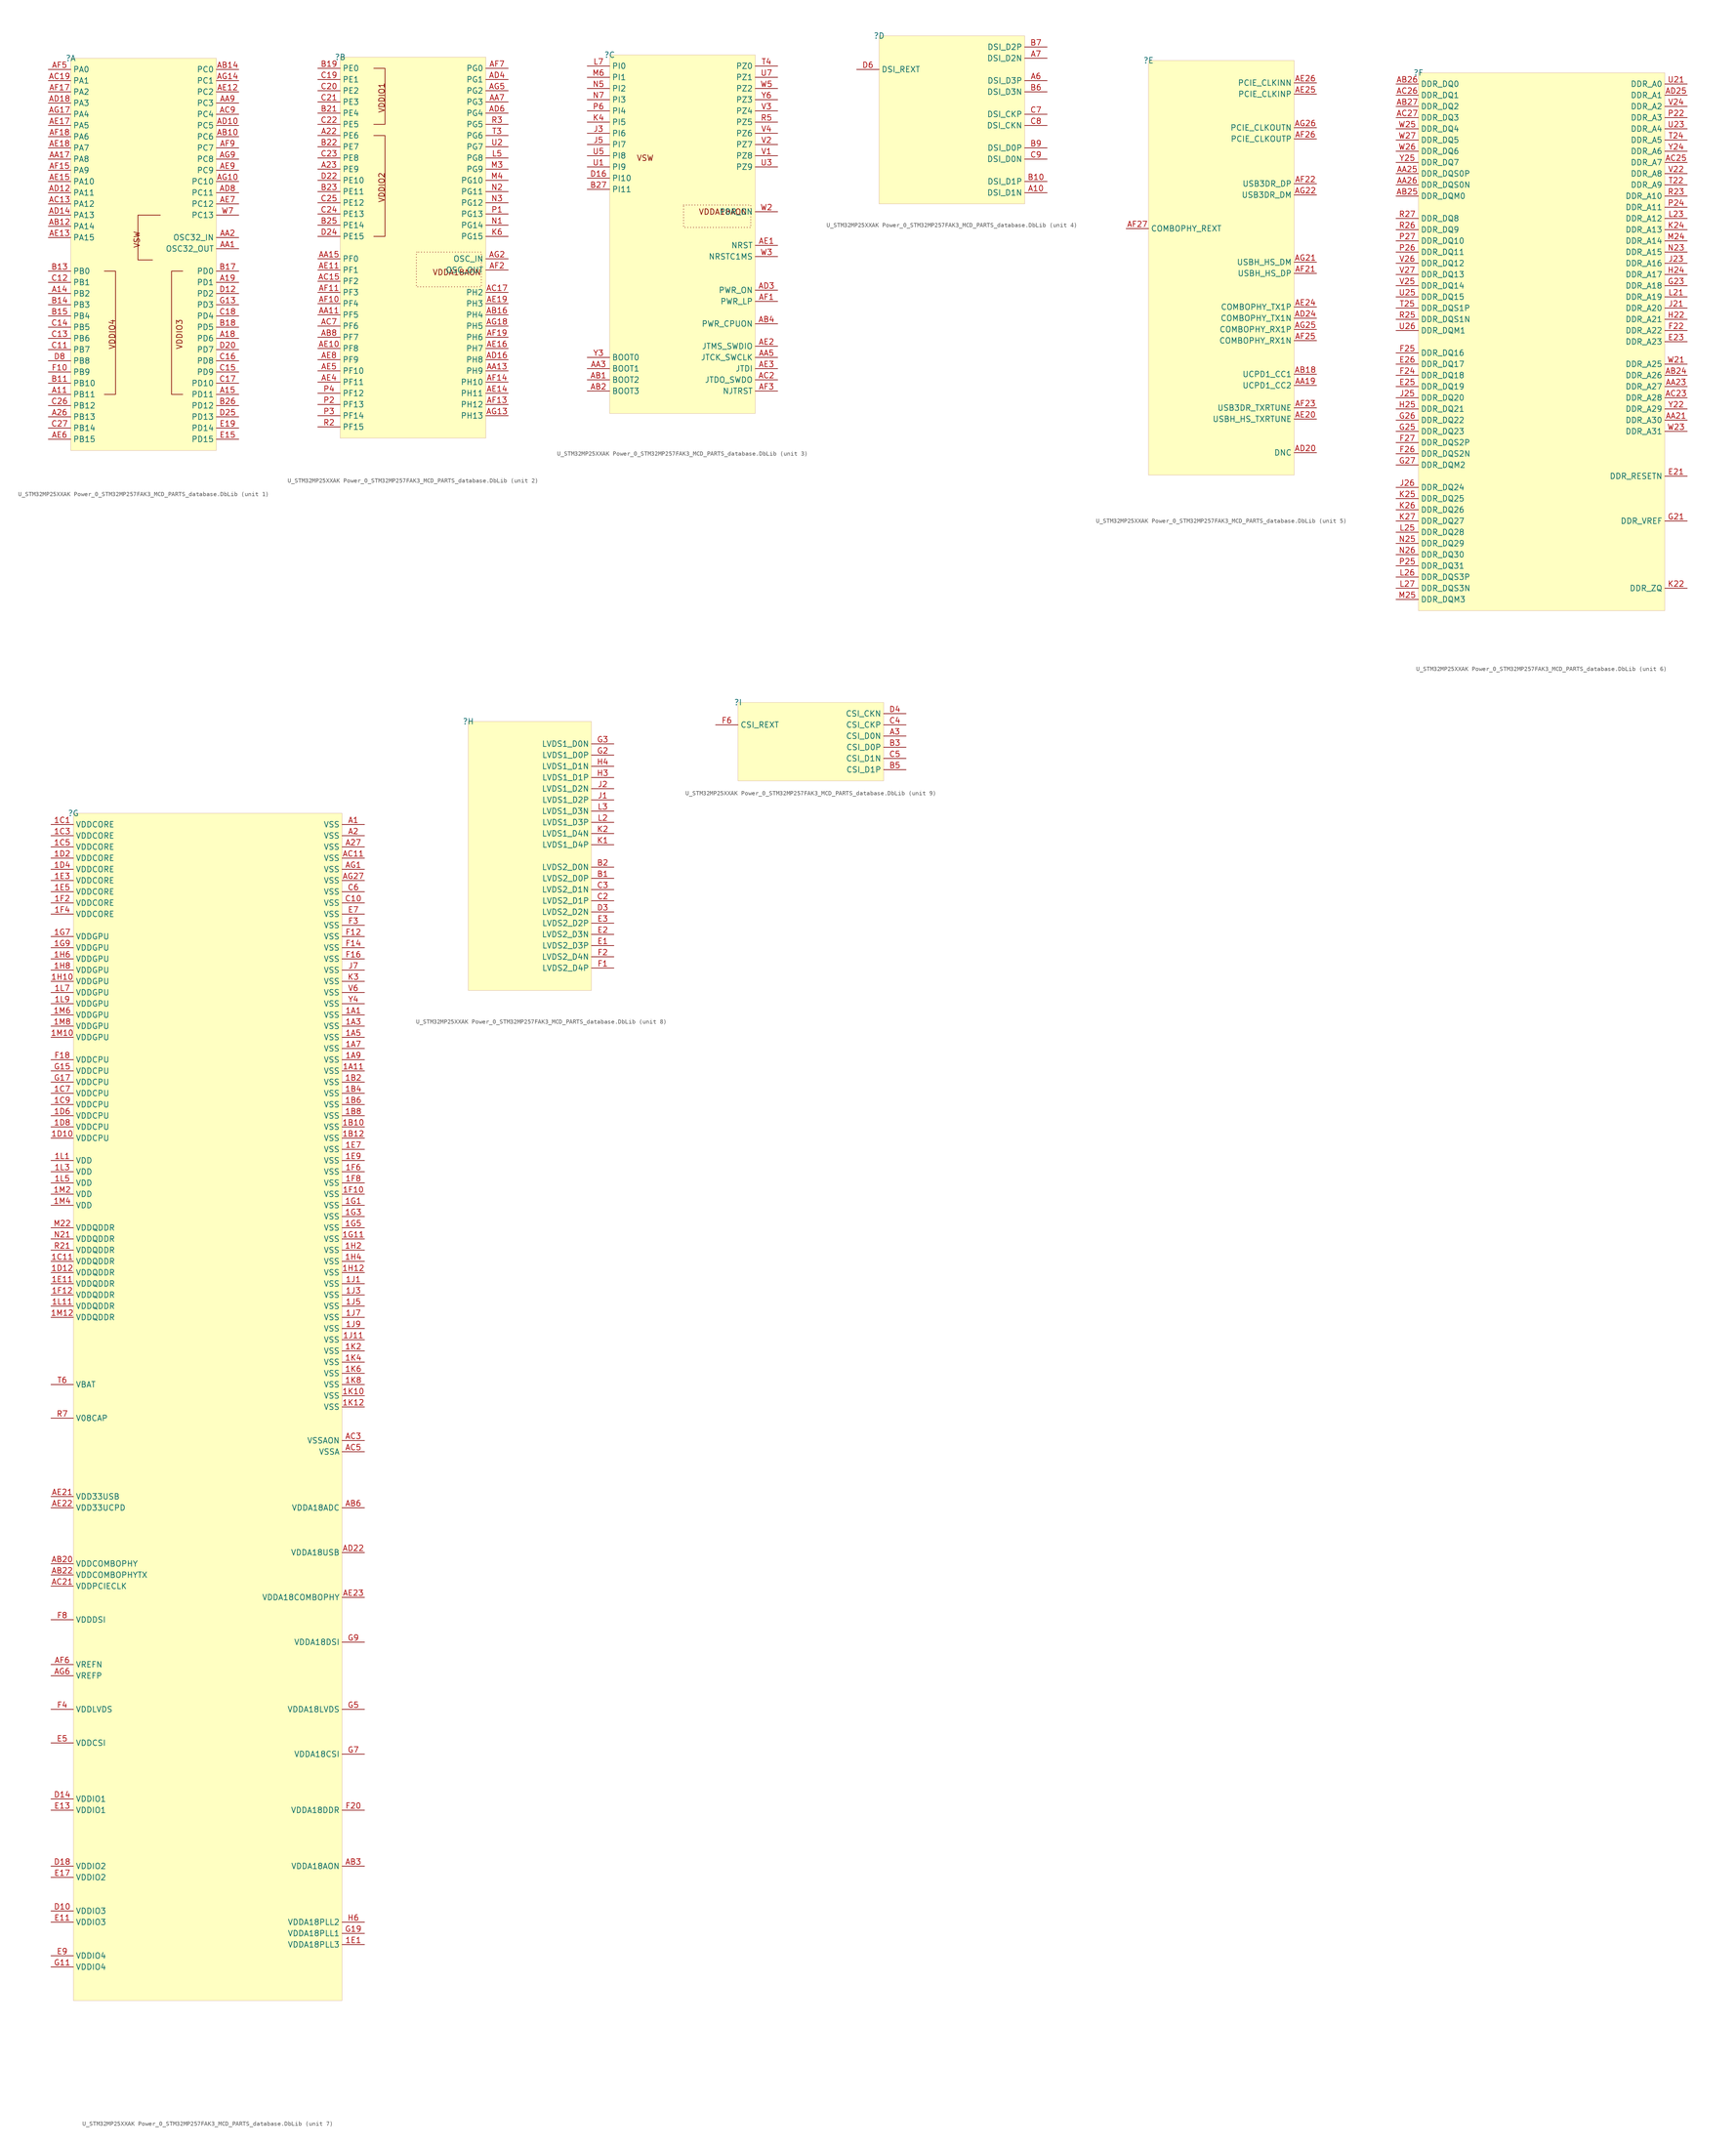
<source format=kicad_sym>
(kicad_symbol_lib
  (version 20241209)
  (generator "kicad_symbol_editor")
  (generator_version "9.0")
  (symbol "U_STM32MP25XXAK Power_0_STM32MP257FAK3_MCD_PARTS_database.DbLib"
    (property "Reference" ""
      (at 0 0 0)
      (effects (font (size 1.27 1.27))))
    (property "Value" ""
      (at 0 0 0)
      (effects (font (size 1.27 1.27))))
    (symbol "U_STM32MP25XXAK Power_0_STM32MP257FAK3_MCD_PARTS_database.DbLib_1_0"
      (polyline (pts (xy 7.62 -48.26) (xy 10.16 -48.26) (xy 10.16 -76.2) (xy 7.62 -76.2)) (stroke (width 0) (type solid)) (fill (type none)))
      (polyline (pts (xy 20.32 -35.56) (xy 15.24 -35.56) (xy 15.24 -45.72) (xy 18.542 -45.72)) (stroke (width 0) (type solid)) (fill (type none)))
      (polyline (pts (xy 25.4 -48.26) (xy 22.86 -48.26) (xy 22.86 -76.2) (xy 25.4 -76.2)) (stroke (width 0) (type solid)) (fill (type none)))
      (rectangle (start 33.02 0) (end 0 -88.9) (stroke (width 0.025) (type solid) (color 128 0 0 1)) (fill (type background)))
      (text "VDDIO4" (at 10.16 -66.04 900) (effects (font (size 1.27 1.27)) (justify left bottom)))
      (text "VSW" (at 15.748 -39.116 900) (effects (font (size 1.27 1.27)) (justify right bottom)))
      (text "VDDIO3" (at 25.4 -66.04 900) (effects (font (size 1.27 1.27)) (justify left bottom)))
      (pin passive line (at -5.08 -2.54 0) (length 5.08) (name "PA0" (effects (font (size 1.27 1.27)))) (number "AF5" (effects (font (size 1.27 1.27)))))
      (pin passive line (at -5.08 -5.08 0) (length 5.08) (name "PA1" (effects (font (size 1.27 1.27)))) (number "AC19" (effects (font (size 1.27 1.27)))))
      (pin passive line (at -5.08 -7.62 0) (length 5.08) (name "PA2" (effects (font (size 1.27 1.27)))) (number "AF17" (effects (font (size 1.27 1.27)))))
      (pin passive line (at -5.08 -10.16 0) (length 5.08) (name "PA3" (effects (font (size 1.27 1.27)))) (number "AD18" (effects (font (size 1.27 1.27)))))
      (pin passive line (at -5.08 -12.7 0) (length 5.08) (name "PA4" (effects (font (size 1.27 1.27)))) (number "AG17" (effects (font (size 1.27 1.27)))))
      (pin passive line (at -5.08 -15.24 0) (length 5.08) (name "PA5" (effects (font (size 1.27 1.27)))) (number "AE17" (effects (font (size 1.27 1.27)))))
      (pin passive line (at -5.08 -17.78 0) (length 5.08) (name "PA6" (effects (font (size 1.27 1.27)))) (number "AF18" (effects (font (size 1.27 1.27)))))
      (pin passive line (at -5.08 -20.32 0) (length 5.08) (name "PA7" (effects (font (size 1.27 1.27)))) (number "AE18" (effects (font (size 1.27 1.27)))))
      (pin passive line (at -5.08 -22.86 0) (length 5.08) (name "PA8" (effects (font (size 1.27 1.27)))) (number "AA17" (effects (font (size 1.27 1.27)))))
      (pin passive line (at -5.08 -25.4 0) (length 5.08) (name "PA9" (effects (font (size 1.27 1.27)))) (number "AF15" (effects (font (size 1.27 1.27)))))
      (pin passive line (at -5.08 -27.94 0) (length 5.08) (name "PA10" (effects (font (size 1.27 1.27)))) (number "AE15" (effects (font (size 1.27 1.27)))))
      (pin passive line (at -5.08 -30.48 0) (length 5.08) (name "PA11" (effects (font (size 1.27 1.27)))) (number "AD12" (effects (font (size 1.27 1.27)))))
      (pin passive line (at -5.08 -33.02 0) (length 5.08) (name "PA12" (effects (font (size 1.27 1.27)))) (number "AC13" (effects (font (size 1.27 1.27)))))
      (pin passive line (at -5.08 -35.56 0) (length 5.08) (name "PA13" (effects (font (size 1.27 1.27)))) (number "AD14" (effects (font (size 1.27 1.27)))))
      (pin passive line (at -5.08 -38.1 0) (length 5.08) (name "PA14" (effects (font (size 1.27 1.27)))) (number "AB12" (effects (font (size 1.27 1.27)))))
      (pin passive line (at -5.08 -40.64 0) (length 5.08) (name "PA15" (effects (font (size 1.27 1.27)))) (number "AE13" (effects (font (size 1.27 1.27)))))
      (pin passive line (at -5.08 -48.26 0) (length 5.08) (name "PB0" (effects (font (size 1.27 1.27)))) (number "B13" (effects (font (size 1.27 1.27)))))
      (pin passive line (at -5.08 -50.8 0) (length 5.08) (name "PB1" (effects (font (size 1.27 1.27)))) (number "C12" (effects (font (size 1.27 1.27)))))
      (pin passive line (at -5.08 -53.34 0) (length 5.08) (name "PB2" (effects (font (size 1.27 1.27)))) (number "A14" (effects (font (size 1.27 1.27)))))
      (pin passive line (at -5.08 -55.88 0) (length 5.08) (name "PB3" (effects (font (size 1.27 1.27)))) (number "B14" (effects (font (size 1.27 1.27)))))
      (pin passive line (at -5.08 -58.42 0) (length 5.08) (name "PB4" (effects (font (size 1.27 1.27)))) (number "B15" (effects (font (size 1.27 1.27)))))
      (pin passive line (at -5.08 -60.96 0) (length 5.08) (name "PB5" (effects (font (size 1.27 1.27)))) (number "C14" (effects (font (size 1.27 1.27)))))
      (pin passive line (at -5.08 -63.5 0) (length 5.08) (name "PB6" (effects (font (size 1.27 1.27)))) (number "C13" (effects (font (size 1.27 1.27)))))
      (pin passive line (at -5.08 -66.04 0) (length 5.08) (name "PB7" (effects (font (size 1.27 1.27)))) (number "C11" (effects (font (size 1.27 1.27)))))
      (pin passive line (at -5.08 -68.58 0) (length 5.08) (name "PB8" (effects (font (size 1.27 1.27)))) (number "D8" (effects (font (size 1.27 1.27)))))
      (pin passive line (at -5.08 -71.12 0) (length 5.08) (name "PB9" (effects (font (size 1.27 1.27)))) (number "F10" (effects (font (size 1.27 1.27)))))
      (pin passive line (at -5.08 -73.66 0) (length 5.08) (name "PB10" (effects (font (size 1.27 1.27)))) (number "B11" (effects (font (size 1.27 1.27)))))
      (pin passive line (at -5.08 -76.2 0) (length 5.08) (name "PB11" (effects (font (size 1.27 1.27)))) (number "A11" (effects (font (size 1.27 1.27)))))
      (pin passive line (at -5.08 -78.74 0) (length 5.08) (name "PB12" (effects (font (size 1.27 1.27)))) (number "C26" (effects (font (size 1.27 1.27)))))
      (pin passive line (at -5.08 -81.28 0) (length 5.08) (name "PB13" (effects (font (size 1.27 1.27)))) (number "A26" (effects (font (size 1.27 1.27)))))
      (pin passive line (at -5.08 -83.82 0) (length 5.08) (name "PB14" (effects (font (size 1.27 1.27)))) (number "C27" (effects (font (size 1.27 1.27)))))
      (pin passive line (at -5.08 -86.36 0) (length 5.08) (name "PB15" (effects (font (size 1.27 1.27)))) (number "AE6" (effects (font (size 1.27 1.27)))))
      (pin passive line (at 38.1 -2.54 180) (length 5.08) (name "PC0" (effects (font (size 1.27 1.27)))) (number "AB14" (effects (font (size 1.27 1.27)))))
      (pin passive line (at 38.1 -5.08 180) (length 5.08) (name "PC1" (effects (font (size 1.27 1.27)))) (number "AG14" (effects (font (size 1.27 1.27)))))
      (pin passive line (at 38.1 -7.62 180) (length 5.08) (name "PC2" (effects (font (size 1.27 1.27)))) (number "AE12" (effects (font (size 1.27 1.27)))))
      (pin passive line (at 38.1 -10.16 180) (length 5.08) (name "PC3" (effects (font (size 1.27 1.27)))) (number "AA9" (effects (font (size 1.27 1.27)))))
      (pin passive line (at 38.1 -12.7 180) (length 5.08) (name "PC4" (effects (font (size 1.27 1.27)))) (number "AC9" (effects (font (size 1.27 1.27)))))
      (pin passive line (at 38.1 -15.24 180) (length 5.08) (name "PC5" (effects (font (size 1.27 1.27)))) (number "AD10" (effects (font (size 1.27 1.27)))))
      (pin passive line (at 38.1 -17.78 180) (length 5.08) (name "PC6" (effects (font (size 1.27 1.27)))) (number "AB10" (effects (font (size 1.27 1.27)))))
      (pin passive line (at 38.1 -20.32 180) (length 5.08) (name "PC7" (effects (font (size 1.27 1.27)))) (number "AF9" (effects (font (size 1.27 1.27)))))
      (pin passive line (at 38.1 -22.86 180) (length 5.08) (name "PC8" (effects (font (size 1.27 1.27)))) (number "AG9" (effects (font (size 1.27 1.27)))))
      (pin passive line (at 38.1 -25.4 180) (length 5.08) (name "PC9" (effects (font (size 1.27 1.27)))) (number "AE9" (effects (font (size 1.27 1.27)))))
      (pin passive line (at 38.1 -27.94 180) (length 5.08) (name "PC10" (effects (font (size 1.27 1.27)))) (number "AG10" (effects (font (size 1.27 1.27)))))
      (pin passive line (at 38.1 -30.48 180) (length 5.08) (name "PC11" (effects (font (size 1.27 1.27)))) (number "AD8" (effects (font (size 1.27 1.27)))))
      (pin passive line (at 38.1 -33.02 180) (length 5.08) (name "PC12" (effects (font (size 1.27 1.27)))) (number "AE7" (effects (font (size 1.27 1.27)))))
      (pin passive line (at 38.1 -35.56 180) (length 5.08) (name "PC13" (effects (font (size 1.27 1.27)))) (number "W7" (effects (font (size 1.27 1.27)))))
      (pin passive line (at 38.1 -40.64 180) (length 5.08) (name "OSC32_IN" (effects (font (size 1.27 1.27)))) (number "AA2" (effects (font (size 1.27 1.27)))))
      (pin passive line (at 38.1 -43.18 180) (length 5.08) (name "OSC32_OUT" (effects (font (size 1.27 1.27)))) (number "AA1" (effects (font (size 1.27 1.27)))))
      (pin passive line (at 38.1 -48.26 180) (length 5.08) (name "PD0" (effects (font (size 1.27 1.27)))) (number "B17" (effects (font (size 1.27 1.27)))))
      (pin passive line (at 38.1 -50.8 180) (length 5.08) (name "PD1" (effects (font (size 1.27 1.27)))) (number "A19" (effects (font (size 1.27 1.27)))))
      (pin passive line (at 38.1 -53.34 180) (length 5.08) (name "PD2" (effects (font (size 1.27 1.27)))) (number "D12" (effects (font (size 1.27 1.27)))))
      (pin passive line (at 38.1 -55.88 180) (length 5.08) (name "PD3" (effects (font (size 1.27 1.27)))) (number "G13" (effects (font (size 1.27 1.27)))))
      (pin passive line (at 38.1 -58.42 180) (length 5.08) (name "PD4" (effects (font (size 1.27 1.27)))) (number "C18" (effects (font (size 1.27 1.27)))))
      (pin passive line (at 38.1 -60.96 180) (length 5.08) (name "PD5" (effects (font (size 1.27 1.27)))) (number "B18" (effects (font (size 1.27 1.27)))))
      (pin passive line (at 38.1 -63.5 180) (length 5.08) (name "PD6" (effects (font (size 1.27 1.27)))) (number "A18" (effects (font (size 1.27 1.27)))))
      (pin passive line (at 38.1 -66.04 180) (length 5.08) (name "PD7" (effects (font (size 1.27 1.27)))) (number "D20" (effects (font (size 1.27 1.27)))))
      (pin passive line (at 38.1 -68.58 180) (length 5.08) (name "PD8" (effects (font (size 1.27 1.27)))) (number "C16" (effects (font (size 1.27 1.27)))))
      (pin passive line (at 38.1 -71.12 180) (length 5.08) (name "PD9" (effects (font (size 1.27 1.27)))) (number "C15" (effects (font (size 1.27 1.27)))))
      (pin passive line (at 38.1 -73.66 180) (length 5.08) (name "PD10" (effects (font (size 1.27 1.27)))) (number "C17" (effects (font (size 1.27 1.27)))))
      (pin passive line (at 38.1 -76.2 180) (length 5.08) (name "PD11" (effects (font (size 1.27 1.27)))) (number "A15" (effects (font (size 1.27 1.27)))))
      (pin passive line (at 38.1 -78.74 180) (length 5.08) (name "PD12" (effects (font (size 1.27 1.27)))) (number "B26" (effects (font (size 1.27 1.27)))))
      (pin passive line (at 38.1 -81.28 180) (length 5.08) (name "PD13" (effects (font (size 1.27 1.27)))) (number "D25" (effects (font (size 1.27 1.27)))))
      (pin passive line (at 38.1 -83.82 180) (length 5.08) (name "PD14" (effects (font (size 1.27 1.27)))) (number "E19" (effects (font (size 1.27 1.27)))))
      (pin passive line (at 38.1 -86.36 180) (length 5.08) (name "PD15" (effects (font (size 1.27 1.27)))) (number "E15" (effects (font (size 1.27 1.27))))))
    (symbol "U_STM32MP25XXAK Power_0_STM32MP257FAK3_MCD_PARTS_database.DbLib_2_0"
      (polyline (pts (xy 7.62 -2.54) (xy 10.16 -2.54) (xy 10.16 -15.24) (xy 7.62 -15.24)) (stroke (width 0) (type solid)) (fill (type none)))
      (polyline (pts (xy 7.62 -17.78) (xy 10.16 -17.78) (xy 10.16 -40.64) (xy 7.62 -40.64)) (stroke (width 0) (type solid)) (fill (type none)))
      (polyline (pts (xy 17.78 -44.196) (xy 32.004 -44.196) (xy 32.004 -52.07) (xy 17.272 -52.07) (xy 17.272 -44.196) (xy 17.78 -44.196)) (stroke (width 0) (type dot)) (fill (type none)))
      (rectangle (start 33.02 0) (end 0 -86.36) (stroke (width 0.025) (type solid) (color 128 0 0 1)) (fill (type background)))
      (text "VDDIO1" (at 10.16 -12.7 900) (effects (font (size 1.27 1.27)) (justify left bottom)))
      (text "VDDIO2" (at 10.16 -33.02 900) (effects (font (size 1.27 1.27)) (justify left bottom)))
      (text "VDDA18AON" (at 32.004 -49.53 0) (effects (font (size 1.27 1.27)) (justify right bottom)))
      (pin passive line (at -5.08 -2.54 0) (length 5.08) (name "PE0" (effects (font (size 1.27 1.27)))) (number "B19" (effects (font (size 1.27 1.27)))))
      (pin passive line (at -5.08 -5.08 0) (length 5.08) (name "PE1" (effects (font (size 1.27 1.27)))) (number "C19" (effects (font (size 1.27 1.27)))))
      (pin passive line (at -5.08 -7.62 0) (length 5.08) (name "PE2" (effects (font (size 1.27 1.27)))) (number "C20" (effects (font (size 1.27 1.27)))))
      (pin passive line (at -5.08 -10.16 0) (length 5.08) (name "PE3" (effects (font (size 1.27 1.27)))) (number "C21" (effects (font (size 1.27 1.27)))))
      (pin passive line (at -5.08 -12.7 0) (length 5.08) (name "PE4" (effects (font (size 1.27 1.27)))) (number "B21" (effects (font (size 1.27 1.27)))))
      (pin passive line (at -5.08 -15.24 0) (length 5.08) (name "PE5" (effects (font (size 1.27 1.27)))) (number "C22" (effects (font (size 1.27 1.27)))))
      (pin passive line (at -5.08 -17.78 0) (length 5.08) (name "PE6" (effects (font (size 1.27 1.27)))) (number "A22" (effects (font (size 1.27 1.27)))))
      (pin passive line (at -5.08 -20.32 0) (length 5.08) (name "PE7" (effects (font (size 1.27 1.27)))) (number "B22" (effects (font (size 1.27 1.27)))))
      (pin passive line (at -5.08 -22.86 0) (length 5.08) (name "PE8" (effects (font (size 1.27 1.27)))) (number "C23" (effects (font (size 1.27 1.27)))))
      (pin passive line (at -5.08 -25.4 0) (length 5.08) (name "PE9" (effects (font (size 1.27 1.27)))) (number "A23" (effects (font (size 1.27 1.27)))))
      (pin passive line (at -5.08 -27.94 0) (length 5.08) (name "PE10" (effects (font (size 1.27 1.27)))) (number "D22" (effects (font (size 1.27 1.27)))))
      (pin passive line (at -5.08 -30.48 0) (length 5.08) (name "PE11" (effects (font (size 1.27 1.27)))) (number "B23" (effects (font (size 1.27 1.27)))))
      (pin passive line (at -5.08 -33.02 0) (length 5.08) (name "PE12" (effects (font (size 1.27 1.27)))) (number "C25" (effects (font (size 1.27 1.27)))))
      (pin passive line (at -5.08 -35.56 0) (length 5.08) (name "PE13" (effects (font (size 1.27 1.27)))) (number "C24" (effects (font (size 1.27 1.27)))))
      (pin passive line (at -5.08 -38.1 0) (length 5.08) (name "PE14" (effects (font (size 1.27 1.27)))) (number "B25" (effects (font (size 1.27 1.27)))))
      (pin passive line (at -5.08 -40.64 0) (length 5.08) (name "PE15" (effects (font (size 1.27 1.27)))) (number "D24" (effects (font (size 1.27 1.27)))))
      (pin passive line (at -5.08 -45.72 0) (length 5.08) (name "PF0" (effects (font (size 1.27 1.27)))) (number "AA15" (effects (font (size 1.27 1.27)))))
      (pin passive line (at -5.08 -48.26 0) (length 5.08) (name "PF1" (effects (font (size 1.27 1.27)))) (number "AE11" (effects (font (size 1.27 1.27)))))
      (pin passive line (at -5.08 -50.8 0) (length 5.08) (name "PF2" (effects (font (size 1.27 1.27)))) (number "AC15" (effects (font (size 1.27 1.27)))))
      (pin passive line (at -5.08 -53.34 0) (length 5.08) (name "PF3" (effects (font (size 1.27 1.27)))) (number "AF11" (effects (font (size 1.27 1.27)))))
      (pin passive line (at -5.08 -55.88 0) (length 5.08) (name "PF4" (effects (font (size 1.27 1.27)))) (number "AF10" (effects (font (size 1.27 1.27)))))
      (pin passive line (at -5.08 -58.42 0) (length 5.08) (name "PF5" (effects (font (size 1.27 1.27)))) (number "AA11" (effects (font (size 1.27 1.27)))))
      (pin passive line (at -5.08 -60.96 0) (length 5.08) (name "PF6" (effects (font (size 1.27 1.27)))) (number "AC7" (effects (font (size 1.27 1.27)))))
      (pin passive line (at -5.08 -63.5 0) (length 5.08) (name "PF7" (effects (font (size 1.27 1.27)))) (number "AB8" (effects (font (size 1.27 1.27)))))
      (pin passive line (at -5.08 -66.04 0) (length 5.08) (name "PF8" (effects (font (size 1.27 1.27)))) (number "AE10" (effects (font (size 1.27 1.27)))))
      (pin passive line (at -5.08 -68.58 0) (length 5.08) (name "PF9" (effects (font (size 1.27 1.27)))) (number "AE8" (effects (font (size 1.27 1.27)))))
      (pin passive line (at -5.08 -71.12 0) (length 5.08) (name "PF10" (effects (font (size 1.27 1.27)))) (number "AE5" (effects (font (size 1.27 1.27)))))
      (pin passive line (at -5.08 -73.66 0) (length 5.08) (name "PF11" (effects (font (size 1.27 1.27)))) (number "AE4" (effects (font (size 1.27 1.27)))))
      (pin passive line (at -5.08 -76.2 0) (length 5.08) (name "PF12" (effects (font (size 1.27 1.27)))) (number "P4" (effects (font (size 1.27 1.27)))))
      (pin passive line (at -5.08 -78.74 0) (length 5.08) (name "PF13" (effects (font (size 1.27 1.27)))) (number "P2" (effects (font (size 1.27 1.27)))))
      (pin passive line (at -5.08 -81.28 0) (length 5.08) (name "PF14" (effects (font (size 1.27 1.27)))) (number "P3" (effects (font (size 1.27 1.27)))))
      (pin passive line (at -5.08 -83.82 0) (length 5.08) (name "PF15" (effects (font (size 1.27 1.27)))) (number "R2" (effects (font (size 1.27 1.27)))))
      (pin passive line (at 38.1 -2.54 180) (length 5.08) (name "PG0" (effects (font (size 1.27 1.27)))) (number "AF7" (effects (font (size 1.27 1.27)))))
      (pin passive line (at 38.1 -5.08 180) (length 5.08) (name "PG1" (effects (font (size 1.27 1.27)))) (number "AD4" (effects (font (size 1.27 1.27)))))
      (pin passive line (at 38.1 -7.62 180) (length 5.08) (name "PG2" (effects (font (size 1.27 1.27)))) (number "AG5" (effects (font (size 1.27 1.27)))))
      (pin passive line (at 38.1 -10.16 180) (length 5.08) (name "PG3" (effects (font (size 1.27 1.27)))) (number "AA7" (effects (font (size 1.27 1.27)))))
      (pin passive line (at 38.1 -12.7 180) (length 5.08) (name "PG4" (effects (font (size 1.27 1.27)))) (number "AD6" (effects (font (size 1.27 1.27)))))
      (pin passive line (at 38.1 -15.24 180) (length 5.08) (name "PG5" (effects (font (size 1.27 1.27)))) (number "R3" (effects (font (size 1.27 1.27)))))
      (pin passive line (at 38.1 -17.78 180) (length 5.08) (name "PG6" (effects (font (size 1.27 1.27)))) (number "T3" (effects (font (size 1.27 1.27)))))
      (pin passive line (at 38.1 -20.32 180) (length 5.08) (name "PG7" (effects (font (size 1.27 1.27)))) (number "U2" (effects (font (size 1.27 1.27)))))
      (pin passive line (at 38.1 -22.86 180) (length 5.08) (name "PG8" (effects (font (size 1.27 1.27)))) (number "L5" (effects (font (size 1.27 1.27)))))
      (pin passive line (at 38.1 -25.4 180) (length 5.08) (name "PG9" (effects (font (size 1.27 1.27)))) (number "M3" (effects (font (size 1.27 1.27)))))
      (pin passive line (at 38.1 -27.94 180) (length 5.08) (name "PG10" (effects (font (size 1.27 1.27)))) (number "M4" (effects (font (size 1.27 1.27)))))
      (pin passive line (at 38.1 -30.48 180) (length 5.08) (name "PG11" (effects (font (size 1.27 1.27)))) (number "N2" (effects (font (size 1.27 1.27)))))
      (pin passive line (at 38.1 -33.02 180) (length 5.08) (name "PG12" (effects (font (size 1.27 1.27)))) (number "N3" (effects (font (size 1.27 1.27)))))
      (pin passive line (at 38.1 -35.56 180) (length 5.08) (name "PG13" (effects (font (size 1.27 1.27)))) (number "P1" (effects (font (size 1.27 1.27)))))
      (pin passive line (at 38.1 -38.1 180) (length 5.08) (name "PG14" (effects (font (size 1.27 1.27)))) (number "N1" (effects (font (size 1.27 1.27)))))
      (pin passive line (at 38.1 -40.64 180) (length 5.08) (name "PG15" (effects (font (size 1.27 1.27)))) (number "K6" (effects (font (size 1.27 1.27)))))
      (pin passive line (at 38.1 -45.72 180) (length 5.08) (name "OSC_IN" (effects (font (size 1.27 1.27)))) (number "AG2" (effects (font (size 1.27 1.27)))))
      (pin passive line (at 38.1 -48.26 180) (length 5.08) (name "OSC_OUT" (effects (font (size 1.27 1.27)))) (number "AF2" (effects (font (size 1.27 1.27)))))
      (pin passive line (at 38.1 -53.34 180) (length 5.08) (name "PH2" (effects (font (size 1.27 1.27)))) (number "AC17" (effects (font (size 1.27 1.27)))))
      (pin passive line (at 38.1 -55.88 180) (length 5.08) (name "PH3" (effects (font (size 1.27 1.27)))) (number "AE19" (effects (font (size 1.27 1.27)))))
      (pin passive line (at 38.1 -58.42 180) (length 5.08) (name "PH4" (effects (font (size 1.27 1.27)))) (number "AB16" (effects (font (size 1.27 1.27)))))
      (pin passive line (at 38.1 -60.96 180) (length 5.08) (name "PH5" (effects (font (size 1.27 1.27)))) (number "AG18" (effects (font (size 1.27 1.27)))))
      (pin passive line (at 38.1 -63.5 180) (length 5.08) (name "PH6" (effects (font (size 1.27 1.27)))) (number "AF19" (effects (font (size 1.27 1.27)))))
      (pin passive line (at 38.1 -66.04 180) (length 5.08) (name "PH7" (effects (font (size 1.27 1.27)))) (number "AE16" (effects (font (size 1.27 1.27)))))
      (pin passive line (at 38.1 -68.58 180) (length 5.08) (name "PH8" (effects (font (size 1.27 1.27)))) (number "AD16" (effects (font (size 1.27 1.27)))))
      (pin passive line (at 38.1 -71.12 180) (length 5.08) (name "PH9" (effects (font (size 1.27 1.27)))) (number "AA13" (effects (font (size 1.27 1.27)))))
      (pin passive line (at 38.1 -73.66 180) (length 5.08) (name "PH10" (effects (font (size 1.27 1.27)))) (number "AF14" (effects (font (size 1.27 1.27)))))
      (pin passive line (at 38.1 -76.2 180) (length 5.08) (name "PH11" (effects (font (size 1.27 1.27)))) (number "AE14" (effects (font (size 1.27 1.27)))))
      (pin passive line (at 38.1 -78.74 180) (length 5.08) (name "PH12" (effects (font (size 1.27 1.27)))) (number "AF13" (effects (font (size 1.27 1.27)))))
      (pin passive line (at 38.1 -81.28 180) (length 5.08) (name "PH13" (effects (font (size 1.27 1.27)))) (number "AG13" (effects (font (size 1.27 1.27))))))
    (symbol "U_STM32MP25XXAK Power_0_STM32MP257FAK3_MCD_PARTS_database.DbLib_3_0"
      (polyline (pts (xy 16.764 -34.036) (xy 32.004 -34.036) (xy 32.004 -39.116) (xy 16.764 -39.116) (xy 16.764 -34.036)) (stroke (width 0) (type dot)) (fill (type none)))
      (rectangle (start 33.02 0) (end 0 -81.28) (stroke (width 0.025) (type solid) (color 128 0 0 1)) (fill (type background)))
      (text "VSW" (at 6.096 -24.13 0) (effects (font (size 1.27 1.27)) (justify left bottom)))
      (text "VDDA18AON" (at 31.242 -36.322 0) (effects (font (size 1.27 1.27)) (justify right bottom)))
      (pin passive line (at -5.08 -2.54 0) (length 5.08) (name "PI0" (effects (font (size 1.27 1.27)))) (number "L7" (effects (font (size 1.27 1.27)))))
      (pin passive line (at -5.08 -5.08 0) (length 5.08) (name "PI1" (effects (font (size 1.27 1.27)))) (number "M6" (effects (font (size 1.27 1.27)))))
      (pin passive line (at -5.08 -7.62 0) (length 5.08) (name "PI2" (effects (font (size 1.27 1.27)))) (number "N5" (effects (font (size 1.27 1.27)))))
      (pin passive line (at -5.08 -10.16 0) (length 5.08) (name "PI3" (effects (font (size 1.27 1.27)))) (number "N7" (effects (font (size 1.27 1.27)))))
      (pin passive line (at -5.08 -12.7 0) (length 5.08) (name "PI4" (effects (font (size 1.27 1.27)))) (number "P6" (effects (font (size 1.27 1.27)))))
      (pin passive line (at -5.08 -15.24 0) (length 5.08) (name "PI5" (effects (font (size 1.27 1.27)))) (number "K4" (effects (font (size 1.27 1.27)))))
      (pin passive line (at -5.08 -17.78 0) (length 5.08) (name "PI6" (effects (font (size 1.27 1.27)))) (number "J3" (effects (font (size 1.27 1.27)))))
      (pin passive line (at -5.08 -20.32 0) (length 5.08) (name "PI7" (effects (font (size 1.27 1.27)))) (number "J5" (effects (font (size 1.27 1.27)))))
      (pin passive line (at -5.08 -22.86 0) (length 5.08) (name "PI8" (effects (font (size 1.27 1.27)))) (number "U5" (effects (font (size 1.27 1.27)))))
      (pin passive line (at -5.08 -25.4 0) (length 5.08) (name "PI9" (effects (font (size 1.27 1.27)))) (number "U1" (effects (font (size 1.27 1.27)))))
      (pin passive line (at -5.08 -27.94 0) (length 5.08) (name "PI10" (effects (font (size 1.27 1.27)))) (number "D16" (effects (font (size 1.27 1.27)))))
      (pin passive line (at -5.08 -30.48 0) (length 5.08) (name "PI11" (effects (font (size 1.27 1.27)))) (number "B27" (effects (font (size 1.27 1.27)))))
      (pin passive line (at -5.08 -68.58 0) (length 5.08) (name "BOOT0" (effects (font (size 1.27 1.27)))) (number "Y3" (effects (font (size 1.27 1.27)))))
      (pin passive line (at -5.08 -71.12 0) (length 5.08) (name "BOOT1" (effects (font (size 1.27 1.27)))) (number "AA3" (effects (font (size 1.27 1.27)))))
      (pin passive line (at -5.08 -73.66 0) (length 5.08) (name "BOOT2" (effects (font (size 1.27 1.27)))) (number "AB1" (effects (font (size 1.27 1.27)))))
      (pin passive line (at -5.08 -76.2 0) (length 5.08) (name "BOOT3" (effects (font (size 1.27 1.27)))) (number "AB2" (effects (font (size 1.27 1.27)))))
      (pin passive line (at 38.1 -2.54 180) (length 5.08) (name "PZ0" (effects (font (size 1.27 1.27)))) (number "T4" (effects (font (size 1.27 1.27)))))
      (pin passive line (at 38.1 -5.08 180) (length 5.08) (name "PZ1" (effects (font (size 1.27 1.27)))) (number "U7" (effects (font (size 1.27 1.27)))))
      (pin passive line (at 38.1 -7.62 180) (length 5.08) (name "PZ2" (effects (font (size 1.27 1.27)))) (number "W5" (effects (font (size 1.27 1.27)))))
      (pin passive line (at 38.1 -10.16 180) (length 5.08) (name "PZ3" (effects (font (size 1.27 1.27)))) (number "Y6" (effects (font (size 1.27 1.27)))))
      (pin passive line (at 38.1 -12.7 180) (length 5.08) (name "PZ4" (effects (font (size 1.27 1.27)))) (number "V3" (effects (font (size 1.27 1.27)))))
      (pin passive line (at 38.1 -15.24 180) (length 5.08) (name "PZ5" (effects (font (size 1.27 1.27)))) (number "R5" (effects (font (size 1.27 1.27)))))
      (pin passive line (at 38.1 -17.78 180) (length 5.08) (name "PZ6" (effects (font (size 1.27 1.27)))) (number "V4" (effects (font (size 1.27 1.27)))))
      (pin passive line (at 38.1 -20.32 180) (length 5.08) (name "PZ7" (effects (font (size 1.27 1.27)))) (number "V2" (effects (font (size 1.27 1.27)))))
      (pin passive line (at 38.1 -22.86 180) (length 5.08) (name "PZ8" (effects (font (size 1.27 1.27)))) (number "V1" (effects (font (size 1.27 1.27)))))
      (pin passive line (at 38.1 -25.4 180) (length 5.08) (name "PZ9" (effects (font (size 1.27 1.27)))) (number "U3" (effects (font (size 1.27 1.27)))))
      (pin passive line (at 38.1 -35.56 180) (length 5.08) (name "PDR_ON" (effects (font (size 1.27 1.27)))) (number "W2" (effects (font (size 1.27 1.27)))))
      (pin passive line (at 38.1 -43.18 180) (length 5.08) (name "NRST" (effects (font (size 1.27 1.27)))) (number "AE1" (effects (font (size 1.27 1.27)))))
      (pin passive line (at 38.1 -45.72 180) (length 5.08) (name "NRSTC1MS" (effects (font (size 1.27 1.27)))) (number "W3" (effects (font (size 1.27 1.27)))))
      (pin passive line (at 38.1 -53.34 180) (length 5.08) (name "PWR_ON" (effects (font (size 1.27 1.27)))) (number "AD3" (effects (font (size 1.27 1.27)))))
      (pin passive line (at 38.1 -55.88 180) (length 5.08) (name "PWR_LP" (effects (font (size 1.27 1.27)))) (number "AF1" (effects (font (size 1.27 1.27)))))
      (pin passive line (at 38.1 -60.96 180) (length 5.08) (name "PWR_CPUON" (effects (font (size 1.27 1.27)))) (number "AB4" (effects (font (size 1.27 1.27)))))
      (pin passive line (at 38.1 -66.04 180) (length 5.08) (name "JTMS_SWDIO" (effects (font (size 1.27 1.27)))) (number "AE2" (effects (font (size 1.27 1.27)))))
      (pin passive line (at 38.1 -68.58 180) (length 5.08) (name "JTCK_SWCLK" (effects (font (size 1.27 1.27)))) (number "AA5" (effects (font (size 1.27 1.27)))))
      (pin passive line (at 38.1 -71.12 180) (length 5.08) (name "JTDI" (effects (font (size 1.27 1.27)))) (number "AE3" (effects (font (size 1.27 1.27)))))
      (pin passive line (at 38.1 -73.66 180) (length 5.08) (name "JTDO_SWDO" (effects (font (size 1.27 1.27)))) (number "AC2" (effects (font (size 1.27 1.27)))))
      (pin passive line (at 38.1 -76.2 180) (length 5.08) (name "NJTRST" (effects (font (size 1.27 1.27)))) (number "AF3" (effects (font (size 1.27 1.27))))))
    (symbol "U_STM32MP25XXAK Power_0_STM32MP257FAK3_MCD_PARTS_database.DbLib_4_0"
      (rectangle (start 33.02 0) (end 0 -38.1) (stroke (width 0.025) (type solid) (color 128 0 0 1)) (fill (type background)))
      (pin passive line (at -5.08 -7.62 0) (length 5.08) (name "DSI_REXT" (effects (font (size 1.27 1.27)))) (number "D6" (effects (font (size 1.27 1.27)))))
      (pin passive line (at 38.1 -2.54 180) (length 5.08) (name "DSI_D2P" (effects (font (size 1.27 1.27)))) (number "B7" (effects (font (size 1.27 1.27)))))
      (pin passive line (at 38.1 -5.08 180) (length 5.08) (name "DSI_D2N" (effects (font (size 1.27 1.27)))) (number "A7" (effects (font (size 1.27 1.27)))))
      (pin passive line (at 38.1 -10.16 180) (length 5.08) (name "DSI_D3P" (effects (font (size 1.27 1.27)))) (number "A6" (effects (font (size 1.27 1.27)))))
      (pin passive line (at 38.1 -12.7 180) (length 5.08) (name "DSI_D3N" (effects (font (size 1.27 1.27)))) (number "B6" (effects (font (size 1.27 1.27)))))
      (pin passive line (at 38.1 -17.78 180) (length 5.08) (name "DSI_CKP" (effects (font (size 1.27 1.27)))) (number "C7" (effects (font (size 1.27 1.27)))))
      (pin passive line (at 38.1 -20.32 180) (length 5.08) (name "DSI_CKN" (effects (font (size 1.27 1.27)))) (number "C8" (effects (font (size 1.27 1.27)))))
      (pin passive line (at 38.1 -25.4 180) (length 5.08) (name "DSI_D0P" (effects (font (size 1.27 1.27)))) (number "B9" (effects (font (size 1.27 1.27)))))
      (pin passive line (at 38.1 -27.94 180) (length 5.08) (name "DSI_D0N" (effects (font (size 1.27 1.27)))) (number "C9" (effects (font (size 1.27 1.27)))))
      (pin passive line (at 38.1 -33.02 180) (length 5.08) (name "DSI_D1P" (effects (font (size 1.27 1.27)))) (number "B10" (effects (font (size 1.27 1.27)))))
      (pin passive line (at 38.1 -35.56 180) (length 5.08) (name "DSI_D1N" (effects (font (size 1.27 1.27)))) (number "A10" (effects (font (size 1.27 1.27))))))
    (symbol "U_STM32MP25XXAK Power_0_STM32MP257FAK3_MCD_PARTS_database.DbLib_5_0"
      (rectangle (start 33.02 0) (end 0 -93.98) (stroke (width 0.025) (type solid) (color 128 0 0 1)) (fill (type background)))
      (pin passive line (at -5.08 -38.1 0) (length 5.08) (name "COMBOPHY_REXT" (effects (font (size 1.27 1.27)))) (number "AF27" (effects (font (size 1.27 1.27)))))
      (pin passive line (at 38.1 -5.08 180) (length 5.08) (name "PCIE_CLKINN" (effects (font (size 1.27 1.27)))) (number "AE26" (effects (font (size 1.27 1.27)))))
      (pin passive line (at 38.1 -7.62 180) (length 5.08) (name "PCIE_CLKINP" (effects (font (size 1.27 1.27)))) (number "AE25" (effects (font (size 1.27 1.27)))))
      (pin passive line (at 38.1 -15.24 180) (length 5.08) (name "PCIE_CLKOUTN" (effects (font (size 1.27 1.27)))) (number "AG26" (effects (font (size 1.27 1.27)))))
      (pin passive line (at 38.1 -17.78 180) (length 5.08) (name "PCIE_CLKOUTP" (effects (font (size 1.27 1.27)))) (number "AF26" (effects (font (size 1.27 1.27)))))
      (pin passive line (at 38.1 -27.94 180) (length 5.08) (name "USB3DR_DP" (effects (font (size 1.27 1.27)))) (number "AF22" (effects (font (size 1.27 1.27)))))
      (pin passive line (at 38.1 -30.48 180) (length 5.08) (name "USB3DR_DM" (effects (font (size 1.27 1.27)))) (number "AG22" (effects (font (size 1.27 1.27)))))
      (pin passive line (at 38.1 -45.72 180) (length 5.08) (name "USBH_HS_DM" (effects (font (size 1.27 1.27)))) (number "AG21" (effects (font (size 1.27 1.27)))))
      (pin passive line (at 38.1 -48.26 180) (length 5.08) (name "USBH_HS_DP" (effects (font (size 1.27 1.27)))) (number "AF21" (effects (font (size 1.27 1.27)))))
      (pin passive line (at 38.1 -55.88 180) (length 5.08) (name "COMBOPHY_TX1P" (effects (font (size 1.27 1.27)))) (number "AE24" (effects (font (size 1.27 1.27)))))
      (pin passive line (at 38.1 -58.42 180) (length 5.08) (name "COMBOPHY_TX1N" (effects (font (size 1.27 1.27)))) (number "AD24" (effects (font (size 1.27 1.27)))))
      (pin passive line (at 38.1 -60.96 180) (length 5.08) (name "COMBOPHY_RX1P" (effects (font (size 1.27 1.27)))) (number "AG25" (effects (font (size 1.27 1.27)))))
      (pin passive line (at 38.1 -63.5 180) (length 5.08) (name "COMBOPHY_RX1N" (effects (font (size 1.27 1.27)))) (number "AF25" (effects (font (size 1.27 1.27)))))
      (pin passive line (at 38.1 -71.12 180) (length 5.08) (name "UCPD1_CC1" (effects (font (size 1.27 1.27)))) (number "AB18" (effects (font (size 1.27 1.27)))))
      (pin passive line (at 38.1 -73.66 180) (length 5.08) (name "UCPD1_CC2" (effects (font (size 1.27 1.27)))) (number "AA19" (effects (font (size 1.27 1.27)))))
      (pin passive line (at 38.1 -78.74 180) (length 5.08) (name "USB3DR_TXRTUNE" (effects (font (size 1.27 1.27)))) (number "AF23" (effects (font (size 1.27 1.27)))))
      (pin passive line (at 38.1 -81.28 180) (length 5.08) (name "USBH_HS_TXRTUNE" (effects (font (size 1.27 1.27)))) (number "AE20" (effects (font (size 1.27 1.27)))))
      (pin passive line (at 38.1 -88.9 180) (length 5.08) (name "DNC" (effects (font (size 1.27 1.27)))) (number "AD20" (effects (font (size 1.27 1.27))))))
    (symbol "U_STM32MP25XXAK Power_0_STM32MP257FAK3_MCD_PARTS_database.DbLib_6_0"
      (rectangle (start 55.88 0) (end 0 -121.92) (stroke (width 0.025) (type solid) (color 128 0 0 1)) (fill (type background)))
      (pin passive line (at -5.08 -2.54 0) (length 5.08) (name "DDR_DQ0" (effects (font (size 1.27 1.27)))) (number "AB26" (effects (font (size 1.27 1.27)))))
      (pin passive line (at -5.08 -5.08 0) (length 5.08) (name "DDR_DQ1" (effects (font (size 1.27 1.27)))) (number "AC26" (effects (font (size 1.27 1.27)))))
      (pin passive line (at -5.08 -7.62 0) (length 5.08) (name "DDR_DQ2" (effects (font (size 1.27 1.27)))) (number "AB27" (effects (font (size 1.27 1.27)))))
      (pin passive line (at -5.08 -10.16 0) (length 5.08) (name "DDR_DQ3" (effects (font (size 1.27 1.27)))) (number "AC27" (effects (font (size 1.27 1.27)))))
      (pin passive line (at -5.08 -12.7 0) (length 5.08) (name "DDR_DQ4" (effects (font (size 1.27 1.27)))) (number "W25" (effects (font (size 1.27 1.27)))))
      (pin passive line (at -5.08 -15.24 0) (length 5.08) (name "DDR_DQ5" (effects (font (size 1.27 1.27)))) (number "W27" (effects (font (size 1.27 1.27)))))
      (pin passive line (at -5.08 -17.78 0) (length 5.08) (name "DDR_DQ6" (effects (font (size 1.27 1.27)))) (number "W26" (effects (font (size 1.27 1.27)))))
      (pin passive line (at -5.08 -20.32 0) (length 5.08) (name "DDR_DQ7" (effects (font (size 1.27 1.27)))) (number "Y25" (effects (font (size 1.27 1.27)))))
      (pin passive line (at -5.08 -22.86 0) (length 5.08) (name "DDR_DQS0P" (effects (font (size 1.27 1.27)))) (number "AA25" (effects (font (size 1.27 1.27)))))
      (pin passive line (at -5.08 -25.4 0) (length 5.08) (name "DDR_DQS0N" (effects (font (size 1.27 1.27)))) (number "AA26" (effects (font (size 1.27 1.27)))))
      (pin passive line (at -5.08 -27.94 0) (length 5.08) (name "DDR_DQM0" (effects (font (size 1.27 1.27)))) (number "AB25" (effects (font (size 1.27 1.27)))))
      (pin passive line (at -5.08 -33.02 0) (length 5.08) (name "DDR_DQ8" (effects (font (size 1.27 1.27)))) (number "R27" (effects (font (size 1.27 1.27)))))
      (pin passive line (at -5.08 -35.56 0) (length 5.08) (name "DDR_DQ9" (effects (font (size 1.27 1.27)))) (number "R26" (effects (font (size 1.27 1.27)))))
      (pin passive line (at -5.08 -38.1 0) (length 5.08) (name "DDR_DQ10" (effects (font (size 1.27 1.27)))) (number "P27" (effects (font (size 1.27 1.27)))))
      (pin passive line (at -5.08 -40.64 0) (length 5.08) (name "DDR_DQ11" (effects (font (size 1.27 1.27)))) (number "P26" (effects (font (size 1.27 1.27)))))
      (pin passive line (at -5.08 -43.18 0) (length 5.08) (name "DDR_DQ12" (effects (font (size 1.27 1.27)))) (number "V26" (effects (font (size 1.27 1.27)))))
      (pin passive line (at -5.08 -45.72 0) (length 5.08) (name "DDR_DQ13" (effects (font (size 1.27 1.27)))) (number "V27" (effects (font (size 1.27 1.27)))))
      (pin passive line (at -5.08 -48.26 0) (length 5.08) (name "DDR_DQ14" (effects (font (size 1.27 1.27)))) (number "V25" (effects (font (size 1.27 1.27)))))
      (pin passive line (at -5.08 -50.8 0) (length 5.08) (name "DDR_DQ15" (effects (font (size 1.27 1.27)))) (number "U25" (effects (font (size 1.27 1.27)))))
      (pin passive line (at -5.08 -53.34 0) (length 5.08) (name "DDR_DQS1P" (effects (font (size 1.27 1.27)))) (number "T25" (effects (font (size 1.27 1.27)))))
      (pin passive line (at -5.08 -55.88 0) (length 5.08) (name "DDR_DQS1N" (effects (font (size 1.27 1.27)))) (number "R25" (effects (font (size 1.27 1.27)))))
      (pin passive line (at -5.08 -58.42 0) (length 5.08) (name "DDR_DQM1" (effects (font (size 1.27 1.27)))) (number "U26" (effects (font (size 1.27 1.27)))))
      (pin passive line (at -5.08 -63.5 0) (length 5.08) (name "DDR_DQ16" (effects (font (size 1.27 1.27)))) (number "F25" (effects (font (size 1.27 1.27)))))
      (pin passive line (at -5.08 -66.04 0) (length 5.08) (name "DDR_DQ17" (effects (font (size 1.27 1.27)))) (number "E26" (effects (font (size 1.27 1.27)))))
      (pin passive line (at -5.08 -68.58 0) (length 5.08) (name "DDR_DQ18" (effects (font (size 1.27 1.27)))) (number "F24" (effects (font (size 1.27 1.27)))))
      (pin passive line (at -5.08 -71.12 0) (length 5.08) (name "DDR_DQ19" (effects (font (size 1.27 1.27)))) (number "E25" (effects (font (size 1.27 1.27)))))
      (pin passive line (at -5.08 -73.66 0) (length 5.08) (name "DDR_DQ20" (effects (font (size 1.27 1.27)))) (number "J25" (effects (font (size 1.27 1.27)))))
      (pin passive line (at -5.08 -76.2 0) (length 5.08) (name "DDR_DQ21" (effects (font (size 1.27 1.27)))) (number "H25" (effects (font (size 1.27 1.27)))))
      (pin passive line (at -5.08 -78.74 0) (length 5.08) (name "DDR_DQ22" (effects (font (size 1.27 1.27)))) (number "G26" (effects (font (size 1.27 1.27)))))
      (pin passive line (at -5.08 -81.28 0) (length 5.08) (name "DDR_DQ23" (effects (font (size 1.27 1.27)))) (number "G25" (effects (font (size 1.27 1.27)))))
      (pin passive line (at -5.08 -83.82 0) (length 5.08) (name "DDR_DQS2P" (effects (font (size 1.27 1.27)))) (number "F27" (effects (font (size 1.27 1.27)))))
      (pin passive line (at -5.08 -86.36 0) (length 5.08) (name "DDR_DQS2N" (effects (font (size 1.27 1.27)))) (number "F26" (effects (font (size 1.27 1.27)))))
      (pin passive line (at -5.08 -88.9 0) (length 5.08) (name "DDR_DQM2" (effects (font (size 1.27 1.27)))) (number "G27" (effects (font (size 1.27 1.27)))))
      (pin passive line (at -5.08 -93.98 0) (length 5.08) (name "DDR_DQ24" (effects (font (size 1.27 1.27)))) (number "J26" (effects (font (size 1.27 1.27)))))
      (pin passive line (at -5.08 -96.52 0) (length 5.08) (name "DDR_DQ25" (effects (font (size 1.27 1.27)))) (number "K25" (effects (font (size 1.27 1.27)))))
      (pin passive line (at -5.08 -99.06 0) (length 5.08) (name "DDR_DQ26" (effects (font (size 1.27 1.27)))) (number "K26" (effects (font (size 1.27 1.27)))))
      (pin passive line (at -5.08 -101.6 0) (length 5.08) (name "DDR_DQ27" (effects (font (size 1.27 1.27)))) (number "K27" (effects (font (size 1.27 1.27)))))
      (pin passive line (at -5.08 -104.14 0) (length 5.08) (name "DDR_DQ28" (effects (font (size 1.27 1.27)))) (number "L25" (effects (font (size 1.27 1.27)))))
      (pin passive line (at -5.08 -106.68 0) (length 5.08) (name "DDR_DQ29" (effects (font (size 1.27 1.27)))) (number "N25" (effects (font (size 1.27 1.27)))))
      (pin passive line (at -5.08 -109.22 0) (length 5.08) (name "DDR_DQ30" (effects (font (size 1.27 1.27)))) (number "N26" (effects (font (size 1.27 1.27)))))
      (pin passive line (at -5.08 -111.76 0) (length 5.08) (name "DDR_DQ31" (effects (font (size 1.27 1.27)))) (number "P25" (effects (font (size 1.27 1.27)))))
      (pin passive line (at -5.08 -114.3 0) (length 5.08) (name "DDR_DQS3P" (effects (font (size 1.27 1.27)))) (number "L26" (effects (font (size 1.27 1.27)))))
      (pin passive line (at -5.08 -116.84 0) (length 5.08) (name "DDR_DQS3N" (effects (font (size 1.27 1.27)))) (number "L27" (effects (font (size 1.27 1.27)))))
      (pin passive line (at -5.08 -119.38 0) (length 5.08) (name "DDR_DQM3" (effects (font (size 1.27 1.27)))) (number "M25" (effects (font (size 1.27 1.27)))))
      (pin passive line (at 60.96 -2.54 180) (length 5.08) (name "DDR_A0" (effects (font (size 1.27 1.27)))) (number "U21" (effects (font (size 1.27 1.27)))))
      (pin passive line (at 60.96 -5.08 180) (length 5.08) (name "DDR_A1" (effects (font (size 1.27 1.27)))) (number "AD25" (effects (font (size 1.27 1.27)))))
      (pin passive line (at 60.96 -7.62 180) (length 5.08) (name "DDR_A2" (effects (font (size 1.27 1.27)))) (number "V24" (effects (font (size 1.27 1.27)))))
      (pin passive line (at 60.96 -10.16 180) (length 5.08) (name "DDR_A3" (effects (font (size 1.27 1.27)))) (number "P22" (effects (font (size 1.27 1.27)))))
      (pin passive line (at 60.96 -12.7 180) (length 5.08) (name "DDR_A4" (effects (font (size 1.27 1.27)))) (number "U23" (effects (font (size 1.27 1.27)))))
      (pin passive line (at 60.96 -15.24 180) (length 5.08) (name "DDR_A5" (effects (font (size 1.27 1.27)))) (number "T24" (effects (font (size 1.27 1.27)))))
      (pin passive line (at 60.96 -17.78 180) (length 5.08) (name "DDR_A6" (effects (font (size 1.27 1.27)))) (number "Y24" (effects (font (size 1.27 1.27)))))
      (pin passive line (at 60.96 -20.32 180) (length 5.08) (name "DDR_A7" (effects (font (size 1.27 1.27)))) (number "AC25" (effects (font (size 1.27 1.27)))))
      (pin passive line (at 60.96 -22.86 180) (length 5.08) (name "DDR_A8" (effects (font (size 1.27 1.27)))) (number "V22" (effects (font (size 1.27 1.27)))))
      (pin passive line (at 60.96 -25.4 180) (length 5.08) (name "DDR_A9" (effects (font (size 1.27 1.27)))) (number "T22" (effects (font (size 1.27 1.27)))))
      (pin passive line (at 60.96 -27.94 180) (length 5.08) (name "DDR_A10" (effects (font (size 1.27 1.27)))) (number "R23" (effects (font (size 1.27 1.27)))))
      (pin passive line (at 60.96 -30.48 180) (length 5.08) (name "DDR_A11" (effects (font (size 1.27 1.27)))) (number "P24" (effects (font (size 1.27 1.27)))))
      (pin passive line (at 60.96 -33.02 180) (length 5.08) (name "DDR_A12" (effects (font (size 1.27 1.27)))) (number "L23" (effects (font (size 1.27 1.27)))))
      (pin passive line (at 60.96 -35.56 180) (length 5.08) (name "DDR_A13" (effects (font (size 1.27 1.27)))) (number "K24" (effects (font (size 1.27 1.27)))))
      (pin passive line (at 60.96 -38.1 180) (length 5.08) (name "DDR_A14" (effects (font (size 1.27 1.27)))) (number "M24" (effects (font (size 1.27 1.27)))))
      (pin passive line (at 60.96 -40.64 180) (length 5.08) (name "DDR_A15" (effects (font (size 1.27 1.27)))) (number "N23" (effects (font (size 1.27 1.27)))))
      (pin passive line (at 60.96 -43.18 180) (length 5.08) (name "DDR_A16" (effects (font (size 1.27 1.27)))) (number "J23" (effects (font (size 1.27 1.27)))))
      (pin passive line (at 60.96 -45.72 180) (length 5.08) (name "DDR_A17" (effects (font (size 1.27 1.27)))) (number "H24" (effects (font (size 1.27 1.27)))))
      (pin passive line (at 60.96 -48.26 180) (length 5.08) (name "DDR_A18" (effects (font (size 1.27 1.27)))) (number "G23" (effects (font (size 1.27 1.27)))))
      (pin passive line (at 60.96 -50.8 180) (length 5.08) (name "DDR_A19" (effects (font (size 1.27 1.27)))) (number "L21" (effects (font (size 1.27 1.27)))))
      (pin passive line (at 60.96 -53.34 180) (length 5.08) (name "DDR_A20" (effects (font (size 1.27 1.27)))) (number "J21" (effects (font (size 1.27 1.27)))))
      (pin passive line (at 60.96 -55.88 180) (length 5.08) (name "DDR_A21" (effects (font (size 1.27 1.27)))) (number "H22" (effects (font (size 1.27 1.27)))))
      (pin passive line (at 60.96 -58.42 180) (length 5.08) (name "DDR_A22" (effects (font (size 1.27 1.27)))) (number "F22" (effects (font (size 1.27 1.27)))))
      (pin passive line (at 60.96 -60.96 180) (length 5.08) (name "DDR_A23" (effects (font (size 1.27 1.27)))) (number "E23" (effects (font (size 1.27 1.27)))))
      (pin passive line (at 60.96 -66.04 180) (length 5.08) (name "DDR_A25" (effects (font (size 1.27 1.27)))) (number "W21" (effects (font (size 1.27 1.27)))))
      (pin passive line (at 60.96 -68.58 180) (length 5.08) (name "DDR_A26" (effects (font (size 1.27 1.27)))) (number "AB24" (effects (font (size 1.27 1.27)))))
      (pin passive line (at 60.96 -71.12 180) (length 5.08) (name "DDR_A27" (effects (font (size 1.27 1.27)))) (number "AA23" (effects (font (size 1.27 1.27)))))
      (pin passive line (at 60.96 -73.66 180) (length 5.08) (name "DDR_A28" (effects (font (size 1.27 1.27)))) (number "AC23" (effects (font (size 1.27 1.27)))))
      (pin passive line (at 60.96 -76.2 180) (length 5.08) (name "DDR_A29" (effects (font (size 1.27 1.27)))) (number "Y22" (effects (font (size 1.27 1.27)))))
      (pin passive line (at 60.96 -78.74 180) (length 5.08) (name "DDR_A30" (effects (font (size 1.27 1.27)))) (number "AA21" (effects (font (size 1.27 1.27)))))
      (pin passive line (at 60.96 -81.28 180) (length 5.08) (name "DDR_A31" (effects (font (size 1.27 1.27)))) (number "W23" (effects (font (size 1.27 1.27)))))
      (pin passive line (at 60.96 -91.44 180) (length 5.08) (name "DDR_RESETN" (effects (font (size 1.27 1.27)))) (number "E21" (effects (font (size 1.27 1.27)))))
      (pin passive line (at 60.96 -101.6 180) (length 5.08) (name "DDR_VREF" (effects (font (size 1.27 1.27)))) (number "G21" (effects (font (size 1.27 1.27)))))
      (pin passive line (at 60.96 -116.84 180) (length 5.08) (name "DDR_ZQ" (effects (font (size 1.27 1.27)))) (number "K22" (effects (font (size 1.27 1.27))))))
    (symbol "U_STM32MP25XXAK Power_0_STM32MP257FAK3_MCD_PARTS_database.DbLib_7_0"
      (rectangle (start 60.96 0) (end 0 -269.24) (stroke (width 0.025) (type solid) (color 128 0 0 1)) (fill (type background)))
      (pin passive line (at -5.08 -2.54 0) (length 5.08) (name "VDDCORE" (effects (font (size 1.27 1.27)))) (number "1C1" (effects (font (size 1.27 1.27)))))
      (pin passive line (at -5.08 -5.08 0) (length 5.08) (name "VDDCORE" (effects (font (size 1.27 1.27)))) (number "1C3" (effects (font (size 1.27 1.27)))))
      (pin passive line (at -5.08 -7.62 0) (length 5.08) (name "VDDCORE" (effects (font (size 1.27 1.27)))) (number "1C5" (effects (font (size 1.27 1.27)))))
      (pin passive line (at -5.08 -10.16 0) (length 5.08) (name "VDDCORE" (effects (font (size 1.27 1.27)))) (number "1D2" (effects (font (size 1.27 1.27)))))
      (pin passive line (at -5.08 -12.7 0) (length 5.08) (name "VDDCORE" (effects (font (size 1.27 1.27)))) (number "1D4" (effects (font (size 1.27 1.27)))))
      (pin passive line (at -5.08 -15.24 0) (length 5.08) (name "VDDCORE" (effects (font (size 1.27 1.27)))) (number "1E3" (effects (font (size 1.27 1.27)))))
      (pin passive line (at -5.08 -17.78 0) (length 5.08) (name "VDDCORE" (effects (font (size 1.27 1.27)))) (number "1E5" (effects (font (size 1.27 1.27)))))
      (pin passive line (at -5.08 -20.32 0) (length 5.08) (name "VDDCORE" (effects (font (size 1.27 1.27)))) (number "1F2" (effects (font (size 1.27 1.27)))))
      (pin passive line (at -5.08 -22.86 0) (length 5.08) (name "VDDCORE" (effects (font (size 1.27 1.27)))) (number "1F4" (effects (font (size 1.27 1.27)))))
      (pin passive line (at -5.08 -27.94 0) (length 5.08) (name "VDDGPU" (effects (font (size 1.27 1.27)))) (number "1G7" (effects (font (size 1.27 1.27)))))
      (pin passive line (at -5.08 -30.48 0) (length 5.08) (name "VDDGPU" (effects (font (size 1.27 1.27)))) (number "1G9" (effects (font (size 1.27 1.27)))))
      (pin passive line (at -5.08 -33.02 0) (length 5.08) (name "VDDGPU" (effects (font (size 1.27 1.27)))) (number "1H6" (effects (font (size 1.27 1.27)))))
      (pin passive line (at -5.08 -35.56 0) (length 5.08) (name "VDDGPU" (effects (font (size 1.27 1.27)))) (number "1H8" (effects (font (size 1.27 1.27)))))
      (pin passive line (at -5.08 -38.1 0) (length 5.08) (name "VDDGPU" (effects (font (size 1.27 1.27)))) (number "1H10" (effects (font (size 1.27 1.27)))))
      (pin passive line (at -5.08 -40.64 0) (length 5.08) (name "VDDGPU" (effects (font (size 1.27 1.27)))) (number "1L7" (effects (font (size 1.27 1.27)))))
      (pin passive line (at -5.08 -43.18 0) (length 5.08) (name "VDDGPU" (effects (font (size 1.27 1.27)))) (number "1L9" (effects (font (size 1.27 1.27)))))
      (pin passive line (at -5.08 -45.72 0) (length 5.08) (name "VDDGPU" (effects (font (size 1.27 1.27)))) (number "1M6" (effects (font (size 1.27 1.27)))))
      (pin passive line (at -5.08 -48.26 0) (length 5.08) (name "VDDGPU" (effects (font (size 1.27 1.27)))) (number "1M8" (effects (font (size 1.27 1.27)))))
      (pin passive line (at -5.08 -50.8 0) (length 5.08) (name "VDDGPU" (effects (font (size 1.27 1.27)))) (number "1M10" (effects (font (size 1.27 1.27)))))
      (pin passive line (at -5.08 -55.88 0) (length 5.08) (name "VDDCPU" (effects (font (size 1.27 1.27)))) (number "F18" (effects (font (size 1.27 1.27)))))
      (pin passive line (at -5.08 -58.42 0) (length 5.08) (name "VDDCPU" (effects (font (size 1.27 1.27)))) (number "G15" (effects (font (size 1.27 1.27)))))
      (pin passive line (at -5.08 -60.96 0) (length 5.08) (name "VDDCPU" (effects (font (size 1.27 1.27)))) (number "G17" (effects (font (size 1.27 1.27)))))
      (pin passive line (at -5.08 -63.5 0) (length 5.08) (name "VDDCPU" (effects (font (size 1.27 1.27)))) (number "1C7" (effects (font (size 1.27 1.27)))))
      (pin passive line (at -5.08 -66.04 0) (length 5.08) (name "VDDCPU" (effects (font (size 1.27 1.27)))) (number "1C9" (effects (font (size 1.27 1.27)))))
      (pin passive line (at -5.08 -68.58 0) (length 5.08) (name "VDDCPU" (effects (font (size 1.27 1.27)))) (number "1D6" (effects (font (size 1.27 1.27)))))
      (pin passive line (at -5.08 -71.12 0) (length 5.08) (name "VDDCPU" (effects (font (size 1.27 1.27)))) (number "1D8" (effects (font (size 1.27 1.27)))))
      (pin passive line (at -5.08 -73.66 0) (length 5.08) (name "VDDCPU" (effects (font (size 1.27 1.27)))) (number "1D10" (effects (font (size 1.27 1.27)))))
      (pin passive line (at -5.08 -78.74 0) (length 5.08) (name "VDD" (effects (font (size 1.27 1.27)))) (number "1L1" (effects (font (size 1.27 1.27)))))
      (pin passive line (at -5.08 -81.28 0) (length 5.08) (name "VDD" (effects (font (size 1.27 1.27)))) (number "1L3" (effects (font (size 1.27 1.27)))))
      (pin passive line (at -5.08 -83.82 0) (length 5.08) (name "VDD" (effects (font (size 1.27 1.27)))) (number "1L5" (effects (font (size 1.27 1.27)))))
      (pin passive line (at -5.08 -86.36 0) (length 5.08) (name "VDD" (effects (font (size 1.27 1.27)))) (number "1M2" (effects (font (size 1.27 1.27)))))
      (pin passive line (at -5.08 -88.9 0) (length 5.08) (name "VDD" (effects (font (size 1.27 1.27)))) (number "1M4" (effects (font (size 1.27 1.27)))))
      (pin passive line (at -5.08 -93.98 0) (length 5.08) (name "VDDQDDR" (effects (font (size 1.27 1.27)))) (number "M22" (effects (font (size 1.27 1.27)))))
      (pin passive line (at -5.08 -96.52 0) (length 5.08) (name "VDDQDDR" (effects (font (size 1.27 1.27)))) (number "N21" (effects (font (size 1.27 1.27)))))
      (pin passive line (at -5.08 -99.06 0) (length 5.08) (name "VDDQDDR" (effects (font (size 1.27 1.27)))) (number "R21" (effects (font (size 1.27 1.27)))))
      (pin passive line (at -5.08 -101.6 0) (length 5.08) (name "VDDQDDR" (effects (font (size 1.27 1.27)))) (number "1C11" (effects (font (size 1.27 1.27)))))
      (pin passive line (at -5.08 -104.14 0) (length 5.08) (name "VDDQDDR" (effects (font (size 1.27 1.27)))) (number "1D12" (effects (font (size 1.27 1.27)))))
      (pin passive line (at -5.08 -106.68 0) (length 5.08) (name "VDDQDDR" (effects (font (size 1.27 1.27)))) (number "1E11" (effects (font (size 1.27 1.27)))))
      (pin passive line (at -5.08 -109.22 0) (length 5.08) (name "VDDQDDR" (effects (font (size 1.27 1.27)))) (number "1F12" (effects (font (size 1.27 1.27)))))
      (pin passive line (at -5.08 -111.76 0) (length 5.08) (name "VDDQDDR" (effects (font (size 1.27 1.27)))) (number "1L11" (effects (font (size 1.27 1.27)))))
      (pin passive line (at -5.08 -114.3 0) (length 5.08) (name "VDDQDDR" (effects (font (size 1.27 1.27)))) (number "1M12" (effects (font (size 1.27 1.27)))))
      (pin passive line (at -5.08 -129.54 0) (length 5.08) (name "VBAT" (effects (font (size 1.27 1.27)))) (number "T6" (effects (font (size 1.27 1.27)))))
      (pin passive line (at -5.08 -137.16 0) (length 5.08) (name "V08CAP" (effects (font (size 1.27 1.27)))) (number "R7" (effects (font (size 1.27 1.27)))))
      (pin passive line (at -5.08 -154.94 0) (length 5.08) (name "VDD33USB" (effects (font (size 1.27 1.27)))) (number "AE21" (effects (font (size 1.27 1.27)))))
      (pin passive line (at -5.08 -157.48 0) (length 5.08) (name "VDD33UCPD" (effects (font (size 1.27 1.27)))) (number "AE22" (effects (font (size 1.27 1.27)))))
      (pin passive line (at -5.08 -170.18 0) (length 5.08) (name "VDDCOMBOPHY" (effects (font (size 1.27 1.27)))) (number "AB20" (effects (font (size 1.27 1.27)))))
      (pin passive line (at -5.08 -172.72 0) (length 5.08) (name "VDDCOMBOPHYTX" (effects (font (size 1.27 1.27)))) (number "AB22" (effects (font (size 1.27 1.27)))))
      (pin passive line (at -5.08 -175.26 0) (length 5.08) (name "VDDPCIECLK" (effects (font (size 1.27 1.27)))) (number "AC21" (effects (font (size 1.27 1.27)))))
      (pin passive line (at -5.08 -182.88 0) (length 5.08) (name "VDDDSI" (effects (font (size 1.27 1.27)))) (number "F8" (effects (font (size 1.27 1.27)))))
      (pin passive line (at -5.08 -193.04 0) (length 5.08) (name "VREFN" (effects (font (size 1.27 1.27)))) (number "AF6" (effects (font (size 1.27 1.27)))))
      (pin passive line (at -5.08 -195.58 0) (length 5.08) (name "VREFP" (effects (font (size 1.27 1.27)))) (number "AG6" (effects (font (size 1.27 1.27)))))
      (pin passive line (at -5.08 -203.2 0) (length 5.08) (name "VDDLVDS" (effects (font (size 1.27 1.27)))) (number "F4" (effects (font (size 1.27 1.27)))))
      (pin passive line (at -5.08 -210.82 0) (length 5.08) (name "VDDCSI" (effects (font (size 1.27 1.27)))) (number "E5" (effects (font (size 1.27 1.27)))))
      (pin passive line (at -5.08 -223.52 0) (length 5.08) (name "VDDIO1" (effects (font (size 1.27 1.27)))) (number "D14" (effects (font (size 1.27 1.27)))))
      (pin passive line (at -5.08 -226.06 0) (length 5.08) (name "VDDIO1" (effects (font (size 1.27 1.27)))) (number "E13" (effects (font (size 1.27 1.27)))))
      (pin passive line (at -5.08 -238.76 0) (length 5.08) (name "VDDIO2" (effects (font (size 1.27 1.27)))) (number "D18" (effects (font (size 1.27 1.27)))))
      (pin passive line (at -5.08 -241.3 0) (length 5.08) (name "VDDIO2" (effects (font (size 1.27 1.27)))) (number "E17" (effects (font (size 1.27 1.27)))))
      (pin passive line (at -5.08 -248.92 0) (length 5.08) (name "VDDIO3" (effects (font (size 1.27 1.27)))) (number "D10" (effects (font (size 1.27 1.27)))))
      (pin passive line (at -5.08 -251.46 0) (length 5.08) (name "VDDIO3" (effects (font (size 1.27 1.27)))) (number "E11" (effects (font (size 1.27 1.27)))))
      (pin passive line (at -5.08 -259.08 0) (length 5.08) (name "VDDIO4" (effects (font (size 1.27 1.27)))) (number "E9" (effects (font (size 1.27 1.27)))))
      (pin passive line (at -5.08 -261.62 0) (length 5.08) (name "VDDIO4" (effects (font (size 1.27 1.27)))) (number "G11" (effects (font (size 1.27 1.27)))))
      (pin passive line (at 66.04 -2.54 180) (length 5.08) (name "VSS" (effects (font (size 1.27 1.27)))) (number "A1" (effects (font (size 1.27 1.27)))))
      (pin passive line (at 66.04 -5.08 180) (length 5.08) (name "VSS" (effects (font (size 1.27 1.27)))) (number "A2" (effects (font (size 1.27 1.27)))))
      (pin passive line (at 66.04 -7.62 180) (length 5.08) (name "VSS" (effects (font (size 1.27 1.27)))) (number "A27" (effects (font (size 1.27 1.27)))))
      (pin passive line (at 66.04 -10.16 180) (length 5.08) (name "VSS" (effects (font (size 1.27 1.27)))) (number "AC11" (effects (font (size 1.27 1.27)))))
      (pin passive line (at 66.04 -12.7 180) (length 5.08) (name "VSS" (effects (font (size 1.27 1.27)))) (number "AG1" (effects (font (size 1.27 1.27)))))
      (pin passive line (at 66.04 -15.24 180) (length 5.08) (name "VSS" (effects (font (size 1.27 1.27)))) (number "AG27" (effects (font (size 1.27 1.27)))))
      (pin passive line (at 66.04 -17.78 180) (length 5.08) (name "VSS" (effects (font (size 1.27 1.27)))) (number "C6" (effects (font (size 1.27 1.27)))))
      (pin passive line (at 66.04 -20.32 180) (length 5.08) (name "VSS" (effects (font (size 1.27 1.27)))) (number "C10" (effects (font (size 1.27 1.27)))))
      (pin passive line (at 66.04 -22.86 180) (length 5.08) (name "VSS" (effects (font (size 1.27 1.27)))) (number "E7" (effects (font (size 1.27 1.27)))))
      (pin passive line (at 66.04 -25.4 180) (length 5.08) (name "VSS" (effects (font (size 1.27 1.27)))) (number "F3" (effects (font (size 1.27 1.27)))))
      (pin passive line (at 66.04 -27.94 180) (length 5.08) (name "VSS" (effects (font (size 1.27 1.27)))) (number "F12" (effects (font (size 1.27 1.27)))))
      (pin passive line (at 66.04 -30.48 180) (length 5.08) (name "VSS" (effects (font (size 1.27 1.27)))) (number "F14" (effects (font (size 1.27 1.27)))))
      (pin passive line (at 66.04 -33.02 180) (length 5.08) (name "VSS" (effects (font (size 1.27 1.27)))) (number "F16" (effects (font (size 1.27 1.27)))))
      (pin passive line (at 66.04 -35.56 180) (length 5.08) (name "VSS" (effects (font (size 1.27 1.27)))) (number "J7" (effects (font (size 1.27 1.27)))))
      (pin passive line (at 66.04 -38.1 180) (length 5.08) (name "VSS" (effects (font (size 1.27 1.27)))) (number "K3" (effects (font (size 1.27 1.27)))))
      (pin passive line (at 66.04 -40.64 180) (length 5.08) (name "VSS" (effects (font (size 1.27 1.27)))) (number "V6" (effects (font (size 1.27 1.27)))))
      (pin passive line (at 66.04 -43.18 180) (length 5.08) (name "VSS" (effects (font (size 1.27 1.27)))) (number "Y4" (effects (font (size 1.27 1.27)))))
      (pin passive line (at 66.04 -45.72 180) (length 5.08) (name "VSS" (effects (font (size 1.27 1.27)))) (number "1A1" (effects (font (size 1.27 1.27)))))
      (pin passive line (at 66.04 -48.26 180) (length 5.08) (name "VSS" (effects (font (size 1.27 1.27)))) (number "1A3" (effects (font (size 1.27 1.27)))))
      (pin passive line (at 66.04 -50.8 180) (length 5.08) (name "VSS" (effects (font (size 1.27 1.27)))) (number "1A5" (effects (font (size 1.27 1.27)))))
      (pin passive line (at 66.04 -53.34 180) (length 5.08) (name "VSS" (effects (font (size 1.27 1.27)))) (number "1A7" (effects (font (size 1.27 1.27)))))
      (pin passive line (at 66.04 -55.88 180) (length 5.08) (name "VSS" (effects (font (size 1.27 1.27)))) (number "1A9" (effects (font (size 1.27 1.27)))))
      (pin passive line (at 66.04 -58.42 180) (length 5.08) (name "VSS" (effects (font (size 1.27 1.27)))) (number "1A11" (effects (font (size 1.27 1.27)))))
      (pin passive line (at 66.04 -60.96 180) (length 5.08) (name "VSS" (effects (font (size 1.27 1.27)))) (number "1B2" (effects (font (size 1.27 1.27)))))
      (pin passive line (at 66.04 -63.5 180) (length 5.08) (name "VSS" (effects (font (size 1.27 1.27)))) (number "1B4" (effects (font (size 1.27 1.27)))))
      (pin passive line (at 66.04 -66.04 180) (length 5.08) (name "VSS" (effects (font (size 1.27 1.27)))) (number "1B6" (effects (font (size 1.27 1.27)))))
      (pin passive line (at 66.04 -68.58 180) (length 5.08) (name "VSS" (effects (font (size 1.27 1.27)))) (number "1B8" (effects (font (size 1.27 1.27)))))
      (pin passive line (at 66.04 -71.12 180) (length 5.08) (name "VSS" (effects (font (size 1.27 1.27)))) (number "1B10" (effects (font (size 1.27 1.27)))))
      (pin passive line (at 66.04 -73.66 180) (length 5.08) (name "VSS" (effects (font (size 1.27 1.27)))) (number "1B12" (effects (font (size 1.27 1.27)))))
      (pin passive line (at 66.04 -76.2 180) (length 5.08) (name "VSS" (effects (font (size 1.27 1.27)))) (number "1E7" (effects (font (size 1.27 1.27)))))
      (pin passive line (at 66.04 -78.74 180) (length 5.08) (name "VSS" (effects (font (size 1.27 1.27)))) (number "1E9" (effects (font (size 1.27 1.27)))))
      (pin passive line (at 66.04 -81.28 180) (length 5.08) (name "VSS" (effects (font (size 1.27 1.27)))) (number "1F6" (effects (font (size 1.27 1.27)))))
      (pin passive line (at 66.04 -83.82 180) (length 5.08) (name "VSS" (effects (font (size 1.27 1.27)))) (number "1F8" (effects (font (size 1.27 1.27)))))
      (pin passive line (at 66.04 -86.36 180) (length 5.08) (name "VSS" (effects (font (size 1.27 1.27)))) (number "1F10" (effects (font (size 1.27 1.27)))))
      (pin passive line (at 66.04 -88.9 180) (length 5.08) (name "VSS" (effects (font (size 1.27 1.27)))) (number "1G1" (effects (font (size 1.27 1.27)))))
      (pin passive line (at 66.04 -91.44 180) (length 5.08) (name "VSS" (effects (font (size 1.27 1.27)))) (number "1G3" (effects (font (size 1.27 1.27)))))
      (pin passive line (at 66.04 -93.98 180) (length 5.08) (name "VSS" (effects (font (size 1.27 1.27)))) (number "1G5" (effects (font (size 1.27 1.27)))))
      (pin passive line (at 66.04 -96.52 180) (length 5.08) (name "VSS" (effects (font (size 1.27 1.27)))) (number "1G11" (effects (font (size 1.27 1.27)))))
      (pin passive line (at 66.04 -99.06 180) (length 5.08) (name "VSS" (effects (font (size 1.27 1.27)))) (number "1H2" (effects (font (size 1.27 1.27)))))
      (pin passive line (at 66.04 -101.6 180) (length 5.08) (name "VSS" (effects (font (size 1.27 1.27)))) (number "1H4" (effects (font (size 1.27 1.27)))))
      (pin passive line (at 66.04 -104.14 180) (length 5.08) (name "VSS" (effects (font (size 1.27 1.27)))) (number "1H12" (effects (font (size 1.27 1.27)))))
      (pin passive line (at 66.04 -106.68 180) (length 5.08) (name "VSS" (effects (font (size 1.27 1.27)))) (number "1J1" (effects (font (size 1.27 1.27)))))
      (pin passive line (at 66.04 -109.22 180) (length 5.08) (name "VSS" (effects (font (size 1.27 1.27)))) (number "1J3" (effects (font (size 1.27 1.27)))))
      (pin passive line (at 66.04 -111.76 180) (length 5.08) (name "VSS" (effects (font (size 1.27 1.27)))) (number "1J5" (effects (font (size 1.27 1.27)))))
      (pin passive line (at 66.04 -114.3 180) (length 5.08) (name "VSS" (effects (font (size 1.27 1.27)))) (number "1J7" (effects (font (size 1.27 1.27)))))
      (pin passive line (at 66.04 -116.84 180) (length 5.08) (name "VSS" (effects (font (size 1.27 1.27)))) (number "1J9" (effects (font (size 1.27 1.27)))))
      (pin passive line (at 66.04 -119.38 180) (length 5.08) (name "VSS" (effects (font (size 1.27 1.27)))) (number "1J11" (effects (font (size 1.27 1.27)))))
      (pin passive line (at 66.04 -121.92 180) (length 5.08) (name "VSS" (effects (font (size 1.27 1.27)))) (number "1K2" (effects (font (size 1.27 1.27)))))
      (pin passive line (at 66.04 -124.46 180) (length 5.08) (name "VSS" (effects (font (size 1.27 1.27)))) (number "1K4" (effects (font (size 1.27 1.27)))))
      (pin passive line (at 66.04 -127 180) (length 5.08) (name "VSS" (effects (font (size 1.27 1.27)))) (number "1K6" (effects (font (size 1.27 1.27)))))
      (pin passive line (at 66.04 -129.54 180) (length 5.08) (name "VSS" (effects (font (size 1.27 1.27)))) (number "1K8" (effects (font (size 1.27 1.27)))))
      (pin passive line (at 66.04 -132.08 180) (length 5.08) (name "VSS" (effects (font (size 1.27 1.27)))) (number "1K10" (effects (font (size 1.27 1.27)))))
      (pin passive line (at 66.04 -134.62 180) (length 5.08) (name "VSS" (effects (font (size 1.27 1.27)))) (number "1K12" (effects (font (size 1.27 1.27)))))
      (pin passive line (at 66.04 -142.24 180) (length 5.08) (name "VSSAON" (effects (font (size 1.27 1.27)))) (number "AC3" (effects (font (size 1.27 1.27)))))
      (pin passive line (at 66.04 -144.78 180) (length 5.08) (name "VSSA" (effects (font (size 1.27 1.27)))) (number "AC5" (effects (font (size 1.27 1.27)))))
      (pin passive line (at 66.04 -157.48 180) (length 5.08) (name "VDDA18ADC" (effects (font (size 1.27 1.27)))) (number "AB6" (effects (font (size 1.27 1.27)))))
      (pin passive line (at 66.04 -167.64 180) (length 5.08) (name "VDDA18USB" (effects (font (size 1.27 1.27)))) (number "AD22" (effects (font (size 1.27 1.27)))))
      (pin passive line (at 66.04 -177.8 180) (length 5.08) (name "VDDA18COMBOPHY" (effects (font (size 1.27 1.27)))) (number "AE23" (effects (font (size 1.27 1.27)))))
      (pin passive line (at 66.04 -187.96 180) (length 5.08) (name "VDDA18DSI" (effects (font (size 1.27 1.27)))) (number "G9" (effects (font (size 1.27 1.27)))))
      (pin passive line (at 66.04 -203.2 180) (length 5.08) (name "VDDA18LVDS" (effects (font (size 1.27 1.27)))) (number "G5" (effects (font (size 1.27 1.27)))))
      (pin passive line (at 66.04 -213.36 180) (length 5.08) (name "VDDA18CSI" (effects (font (size 1.27 1.27)))) (number "G7" (effects (font (size 1.27 1.27)))))
      (pin passive line (at 66.04 -226.06 180) (length 5.08) (name "VDDA18DDR" (effects (font (size 1.27 1.27)))) (number "F20" (effects (font (size 1.27 1.27)))))
      (pin passive line (at 66.04 -238.76 180) (length 5.08) (name "VDDA18AON" (effects (font (size 1.27 1.27)))) (number "AB3" (effects (font (size 1.27 1.27)))))
      (pin passive line (at 66.04 -251.46 180) (length 5.08) (name "VDDA18PLL2" (effects (font (size 1.27 1.27)))) (number "H6" (effects (font (size 1.27 1.27)))))
      (pin passive line (at 66.04 -254 180) (length 5.08) (name "VDDA18PLL1" (effects (font (size 1.27 1.27)))) (number "G19" (effects (font (size 1.27 1.27)))))
      (pin passive line (at 66.04 -256.54 180) (length 5.08) (name "VDDA18PLL3" (effects (font (size 1.27 1.27)))) (number "1E1" (effects (font (size 1.27 1.27))))))
    (symbol "U_STM32MP25XXAK Power_0_STM32MP257FAK3_MCD_PARTS_database.DbLib_8_0"
      (rectangle (start 27.94 0) (end 0 -60.96) (stroke (width 0.025) (type solid) (color 128 0 0 1)) (fill (type background)))
      (pin passive line (at 33.02 -5.08 180) (length 5.08) (name "LVDS1_D0N" (effects (font (size 1.27 1.27)))) (number "G3" (effects (font (size 1.27 1.27)))))
      (pin passive line (at 33.02 -7.62 180) (length 5.08) (name "LVDS1_D0P" (effects (font (size 1.27 1.27)))) (number "G2" (effects (font (size 1.27 1.27)))))
      (pin passive line (at 33.02 -10.16 180) (length 5.08) (name "LVDS1_D1N" (effects (font (size 1.27 1.27)))) (number "H4" (effects (font (size 1.27 1.27)))))
      (pin passive line (at 33.02 -12.7 180) (length 5.08) (name "LVDS1_D1P" (effects (font (size 1.27 1.27)))) (number "H3" (effects (font (size 1.27 1.27)))))
      (pin passive line (at 33.02 -15.24 180) (length 5.08) (name "LVDS1_D2N" (effects (font (size 1.27 1.27)))) (number "J2" (effects (font (size 1.27 1.27)))))
      (pin passive line (at 33.02 -17.78 180) (length 5.08) (name "LVDS1_D2P" (effects (font (size 1.27 1.27)))) (number "J1" (effects (font (size 1.27 1.27)))))
      (pin passive line (at 33.02 -20.32 180) (length 5.08) (name "LVDS1_D3N" (effects (font (size 1.27 1.27)))) (number "L3" (effects (font (size 1.27 1.27)))))
      (pin passive line (at 33.02 -22.86 180) (length 5.08) (name "LVDS1_D3P" (effects (font (size 1.27 1.27)))) (number "L2" (effects (font (size 1.27 1.27)))))
      (pin passive line (at 33.02 -25.4 180) (length 5.08) (name "LVDS1_D4N" (effects (font (size 1.27 1.27)))) (number "K2" (effects (font (size 1.27 1.27)))))
      (pin passive line (at 33.02 -27.94 180) (length 5.08) (name "LVDS1_D4P" (effects (font (size 1.27 1.27)))) (number "K1" (effects (font (size 1.27 1.27)))))
      (pin passive line (at 33.02 -33.02 180) (length 5.08) (name "LVDS2_D0N" (effects (font (size 1.27 1.27)))) (number "B2" (effects (font (size 1.27 1.27)))))
      (pin passive line (at 33.02 -35.56 180) (length 5.08) (name "LVDS2_D0P" (effects (font (size 1.27 1.27)))) (number "B1" (effects (font (size 1.27 1.27)))))
      (pin passive line (at 33.02 -38.1 180) (length 5.08) (name "LVDS2_D1N" (effects (font (size 1.27 1.27)))) (number "C3" (effects (font (size 1.27 1.27)))))
      (pin passive line (at 33.02 -40.64 180) (length 5.08) (name "LVDS2_D1P" (effects (font (size 1.27 1.27)))) (number "C2" (effects (font (size 1.27 1.27)))))
      (pin passive line (at 33.02 -43.18 180) (length 5.08) (name "LVDS2_D2N" (effects (font (size 1.27 1.27)))) (number "D3" (effects (font (size 1.27 1.27)))))
      (pin passive line (at 33.02 -45.72 180) (length 5.08) (name "LVDS2_D2P" (effects (font (size 1.27 1.27)))) (number "E3" (effects (font (size 1.27 1.27)))))
      (pin passive line (at 33.02 -48.26 180) (length 5.08) (name "LVDS2_D3N" (effects (font (size 1.27 1.27)))) (number "E2" (effects (font (size 1.27 1.27)))))
      (pin passive line (at 33.02 -50.8 180) (length 5.08) (name "LVDS2_D3P" (effects (font (size 1.27 1.27)))) (number "E1" (effects (font (size 1.27 1.27)))))
      (pin passive line (at 33.02 -53.34 180) (length 5.08) (name "LVDS2_D4N" (effects (font (size 1.27 1.27)))) (number "F2" (effects (font (size 1.27 1.27)))))
      (pin passive line (at 33.02 -55.88 180) (length 5.08) (name "LVDS2_D4P" (effects (font (size 1.27 1.27)))) (number "F1" (effects (font (size 1.27 1.27))))))
    (symbol "U_STM32MP25XXAK Power_0_STM32MP257FAK3_MCD_PARTS_database.DbLib_9_0"
      (rectangle (start 33.02 0) (end 0 -17.78) (stroke (width 0.025) (type solid) (color 128 0 0 1)) (fill (type background)))
      (pin passive line (at -5.08 -5.08 0) (length 5.08) (name "CSI_REXT" (effects (font (size 1.27 1.27)))) (number "F6" (effects (font (size 1.27 1.27)))))
      (pin passive line (at 38.1 -2.54 180) (length 5.08) (name "CSI_CKN" (effects (font (size 1.27 1.27)))) (number "D4" (effects (font (size 1.27 1.27)))))
      (pin passive line (at 38.1 -5.08 180) (length 5.08) (name "CSI_CKP" (effects (font (size 1.27 1.27)))) (number "C4" (effects (font (size 1.27 1.27)))))
      (pin passive line (at 38.1 -7.62 180) (length 5.08) (name "CSI_D0N" (effects (font (size 1.27 1.27)))) (number "A3" (effects (font (size 1.27 1.27)))))
      (pin passive line (at 38.1 -10.16 180) (length 5.08) (name "CSI_D0P" (effects (font (size 1.27 1.27)))) (number "B3" (effects (font (size 1.27 1.27)))))
      (pin passive line (at 38.1 -12.7 180) (length 5.08) (name "CSI_D1N" (effects (font (size 1.27 1.27)))) (number "C5" (effects (font (size 1.27 1.27)))))
      (pin passive line (at 38.1 -15.24 180) (length 5.08) (name "CSI_D1P" (effects (font (size 1.27 1.27)))) (number "B5" (effects (font (size 1.27 1.27))))))))
</source>
